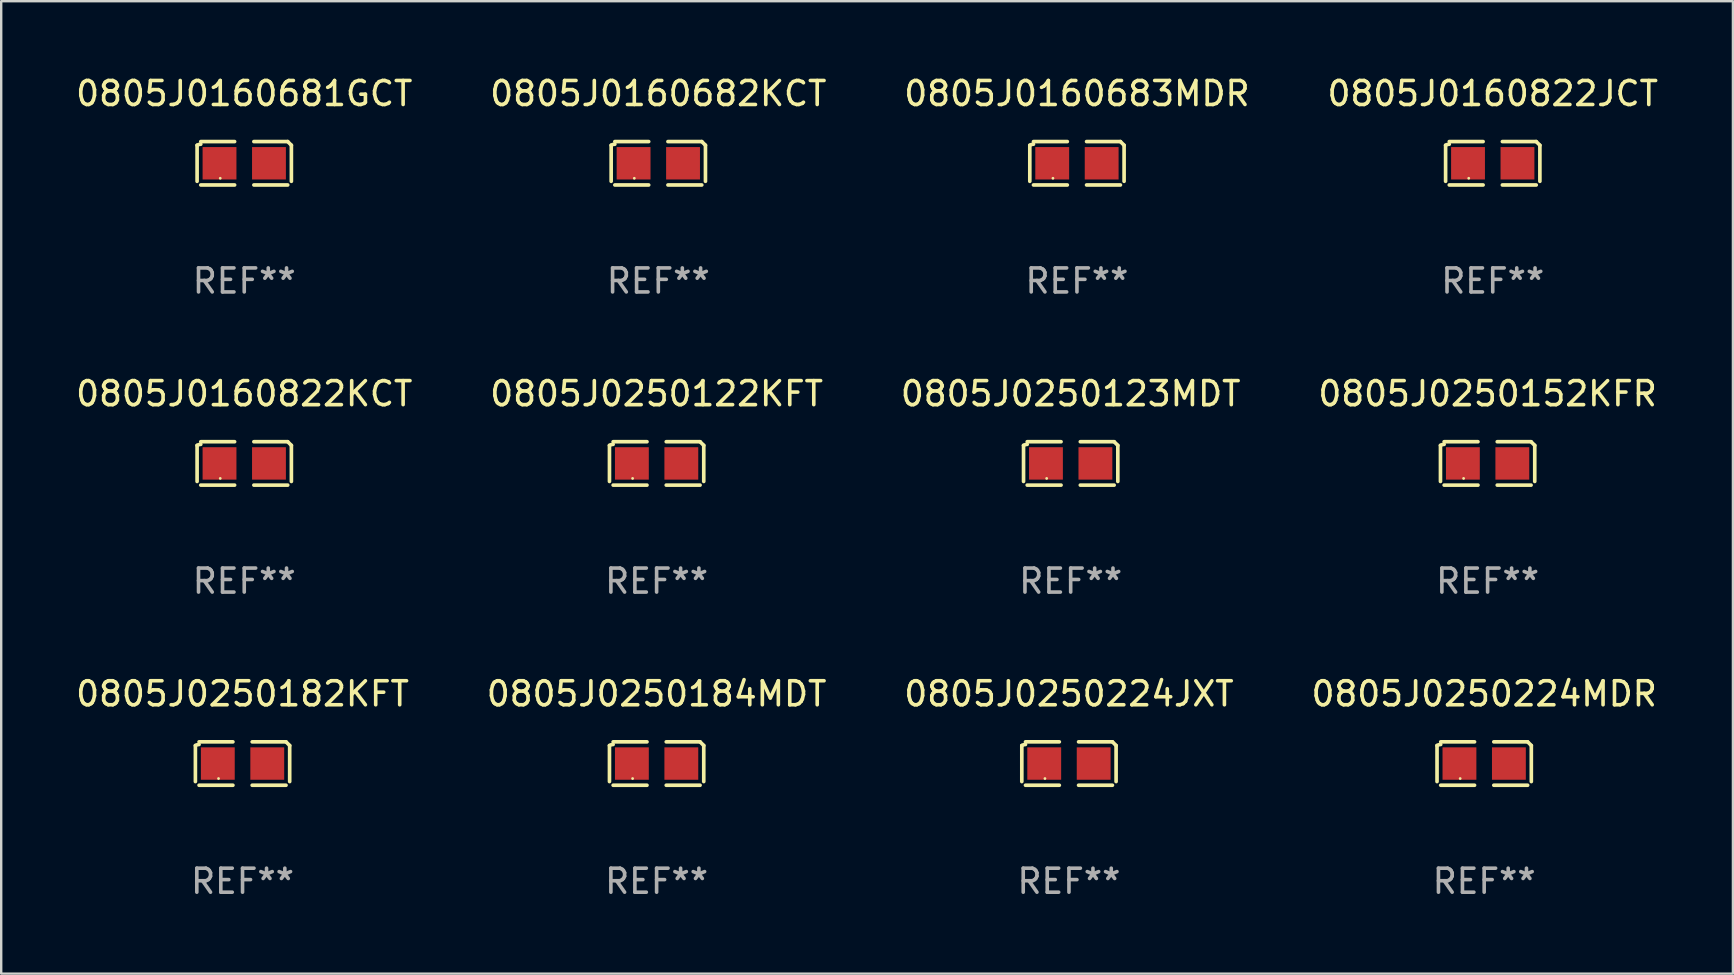
<source format=kicad_pcb>
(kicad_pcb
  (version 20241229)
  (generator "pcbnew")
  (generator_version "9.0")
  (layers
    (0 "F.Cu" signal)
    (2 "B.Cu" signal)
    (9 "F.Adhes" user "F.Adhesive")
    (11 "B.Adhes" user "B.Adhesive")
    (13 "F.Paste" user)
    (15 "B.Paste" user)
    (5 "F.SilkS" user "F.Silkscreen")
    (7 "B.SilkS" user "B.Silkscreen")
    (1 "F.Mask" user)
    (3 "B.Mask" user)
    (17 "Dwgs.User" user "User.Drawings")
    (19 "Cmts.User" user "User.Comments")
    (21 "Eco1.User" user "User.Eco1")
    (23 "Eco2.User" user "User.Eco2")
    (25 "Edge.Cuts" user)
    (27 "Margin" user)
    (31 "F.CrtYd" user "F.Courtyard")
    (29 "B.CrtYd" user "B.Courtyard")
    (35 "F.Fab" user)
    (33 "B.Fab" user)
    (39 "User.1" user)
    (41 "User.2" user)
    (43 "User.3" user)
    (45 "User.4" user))
  (footprint "0805J0250184MDT"
    (layer "F.Cu")
    (at 24.304 28.759)
    (property "Reference" "0805J0250184MDT" (at 0 -2.904 0) (layer "F.SilkS") (effects (font (size 1 1) (thickness 0.15))))
    (attr through_hole)
    (fp_line (start -1.964 0.751) (end -1.964 -0.751) (stroke (width 0.152) (type solid)) (layer "F.SilkS"))
    (fp_line (start -1.811 -0.904) (end -0.401 -0.904) (stroke (width 0.152) (type solid)) (layer "F.SilkS"))
    (fp_line (start -0.401 0.904) (end -1.811 0.904) (stroke (width 0.152) (type solid)) (layer "F.SilkS"))
    (fp_line (start 0.401 0.904) (end 1.811 0.904) (stroke (width 0.152) (type solid)) (layer "F.SilkS"))
    (fp_line (start 1.811 -0.904) (end 0.401 -0.904) (stroke (width 0.152) (type solid)) (layer "F.SilkS"))
    (fp_line (start 1.964 0.751) (end 1.964 -0.751) (stroke (width 0.152) (type solid)) (layer "F.SilkS"))
    (fp_arc (start -1.963602 -0.751207) (mid -1.890354 -0.783131) (end -1.811201 -0.794044) (stroke (width 0.1524) (type solid)) (layer "F.SilkS"))
    (fp_arc (start 1.811202 -0.903607) (mid 1.887413 -0.827418) (end 1.963602 -0.751207) (stroke (width 0.1524) (type solid)) (layer "F.SilkS"))
    (fp_circle (center -1 0.625) (end -0.97 0.625) (stroke (width 0.06) (type solid)) (fill no) (layer "F.SilkS"))
    (fp_text user "REF**" (at 0 4.904 0) (layer "F.Fab") (effects (font (size 1 1) (thickness 0.15))))
    (pad "1" smd rect (at -1.03 0) (size 1.41 1.35) (layers "F.Cu" "F.Mask" "F.Paste"))
    (pad "2" smd rect (at 1.03 0) (size 1.41 1.35) (layers "F.Cu" "F.Mask" "F.Paste")))
  (footprint "0805J0160683MDR"
    (layer "F.Cu")
    (at 41.815 3.752)
    (property "Reference" "0805J0160683MDR" (at 0 -2.904 0) (layer "F.SilkS") (effects (font (size 1 1) (thickness 0.15))))
    (attr through_hole)
    (fp_line (start -1.964 0.751) (end -1.964 -0.751) (stroke (width 0.152) (type solid)) (layer "F.SilkS"))
    (fp_line (start -1.811 -0.904) (end -0.401 -0.904) (stroke (width 0.152) (type solid)) (layer "F.SilkS"))
    (fp_line (start -0.401 0.904) (end -1.811 0.904) (stroke (width 0.152) (type solid)) (layer "F.SilkS"))
    (fp_line (start 0.401 0.904) (end 1.811 0.904) (stroke (width 0.152) (type solid)) (layer "F.SilkS"))
    (fp_line (start 1.811 -0.904) (end 0.401 -0.904) (stroke (width 0.152) (type solid)) (layer "F.SilkS"))
    (fp_line (start 1.964 0.751) (end 1.964 -0.751) (stroke (width 0.152) (type solid)) (layer "F.SilkS"))
    (fp_arc (start -1.963602 -0.751207) (mid -1.890354 -0.783131) (end -1.811201 -0.794044) (stroke (width 0.1524) (type solid)) (layer "F.SilkS"))
    (fp_arc (start 1.811202 -0.903607) (mid 1.887413 -0.827418) (end 1.963602 -0.751207) (stroke (width 0.1524) (type solid)) (layer "F.SilkS"))
    (fp_circle (center -1 0.625) (end -0.97 0.625) (stroke (width 0.06) (type solid)) (fill no) (layer "F.SilkS"))
    (fp_text user "REF**" (at 0 4.904 0) (layer "F.Fab") (effects (font (size 1 1) (thickness 0.15))))
    (pad "1" smd rect (at -1.03 0) (size 1.41 1.35) (layers "F.Cu" "F.Mask" "F.Paste"))
    (pad "2" smd rect (at 1.03 0) (size 1.41 1.35) (layers "F.Cu" "F.Mask" "F.Paste")))
  (footprint "0805J0250224MDR"
    (layer "F.Cu")
    (at 58.78 28.759)
    (property "Reference" "0805J0250224MDR" (at 0 -2.904 0) (layer "F.SilkS") (effects (font (size 1 1) (thickness 0.15))))
    (attr through_hole)
    (fp_line (start -1.964 0.751) (end -1.964 -0.751) (stroke (width 0.152) (type solid)) (layer "F.SilkS"))
    (fp_line (start -1.811 -0.904) (end -0.401 -0.904) (stroke (width 0.152) (type solid)) (layer "F.SilkS"))
    (fp_line (start -0.401 0.904) (end -1.811 0.904) (stroke (width 0.152) (type solid)) (layer "F.SilkS"))
    (fp_line (start 0.401 0.904) (end 1.811 0.904) (stroke (width 0.152) (type solid)) (layer "F.SilkS"))
    (fp_line (start 1.811 -0.904) (end 0.401 -0.904) (stroke (width 0.152) (type solid)) (layer "F.SilkS"))
    (fp_line (start 1.964 0.751) (end 1.964 -0.751) (stroke (width 0.152) (type solid)) (layer "F.SilkS"))
    (fp_arc (start -1.963602 -0.751207) (mid -1.890354 -0.783131) (end -1.811201 -0.794044) (stroke (width 0.1524) (type solid)) (layer "F.SilkS"))
    (fp_arc (start 1.811202 -0.903607) (mid 1.887413 -0.827418) (end 1.963602 -0.751207) (stroke (width 0.1524) (type solid)) (layer "F.SilkS"))
    (fp_circle (center -1 0.625) (end -0.97 0.625) (stroke (width 0.06) (type solid)) (fill no) (layer "F.SilkS"))
    (fp_text user "REF**" (at 0 4.904 0) (layer "F.Fab") (effects (font (size 1 1) (thickness 0.15))))
    (pad "1" smd rect (at -1.03 0) (size 1.41 1.35) (layers "F.Cu" "F.Mask" "F.Paste"))
    (pad "2" smd rect (at 1.03 0) (size 1.41 1.35) (layers "F.Cu" "F.Mask" "F.Paste")))
  (footprint "0805J0160822JCT"
    (layer "F.Cu")
    (at 59.137 3.752)
    (property "Reference" "0805J0160822JCT" (at 0 -2.904 0) (layer "F.SilkS") (effects (font (size 1 1) (thickness 0.15))))
    (attr through_hole)
    (fp_line (start -1.964 0.751) (end -1.964 -0.751) (stroke (width 0.152) (type solid)) (layer "F.SilkS"))
    (fp_line (start -1.811 -0.904) (end -0.401 -0.904) (stroke (width 0.152) (type solid)) (layer "F.SilkS"))
    (fp_line (start -0.401 0.904) (end -1.811 0.904) (stroke (width 0.152) (type solid)) (layer "F.SilkS"))
    (fp_line (start 0.401 0.904) (end 1.811 0.904) (stroke (width 0.152) (type solid)) (layer "F.SilkS"))
    (fp_line (start 1.811 -0.904) (end 0.401 -0.904) (stroke (width 0.152) (type solid)) (layer "F.SilkS"))
    (fp_line (start 1.964 0.751) (end 1.964 -0.751) (stroke (width 0.152) (type solid)) (layer "F.SilkS"))
    (fp_arc (start -1.963602 -0.751207) (mid -1.890354 -0.783131) (end -1.811201 -0.794044) (stroke (width 0.1524) (type solid)) (layer "F.SilkS"))
    (fp_arc (start 1.811202 -0.903607) (mid 1.887413 -0.827418) (end 1.963602 -0.751207) (stroke (width 0.1524) (type solid)) (layer "F.SilkS"))
    (fp_circle (center -1 0.625) (end -0.97 0.625) (stroke (width 0.06) (type solid)) (fill no) (layer "F.SilkS"))
    (fp_text user "REF**" (at 0 4.904 0) (layer "F.Fab") (effects (font (size 1 1) (thickness 0.15))))
    (pad "1" smd rect (at -1.03 0) (size 1.41 1.35) (layers "F.Cu" "F.Mask" "F.Paste"))
    (pad "2" smd rect (at 1.03 0) (size 1.41 1.35) (layers "F.Cu" "F.Mask" "F.Paste")))
  (footprint "0805J0250224JXT"
    (layer "F.Cu")
    (at 41.482 28.759)
    (property "Reference" "0805J0250224JXT" (at 0 -2.904 0) (layer "F.SilkS") (effects (font (size 1 1) (thickness 0.15))))
    (attr through_hole)
    (fp_line (start -1.964 0.751) (end -1.964 -0.751) (stroke (width 0.152) (type solid)) (layer "F.SilkS"))
    (fp_line (start -1.811 -0.904) (end -0.401 -0.904) (stroke (width 0.152) (type solid)) (layer "F.SilkS"))
    (fp_line (start -0.401 0.904) (end -1.811 0.904) (stroke (width 0.152) (type solid)) (layer "F.SilkS"))
    (fp_line (start 0.401 0.904) (end 1.811 0.904) (stroke (width 0.152) (type solid)) (layer "F.SilkS"))
    (fp_line (start 1.811 -0.904) (end 0.401 -0.904) (stroke (width 0.152) (type solid)) (layer "F.SilkS"))
    (fp_line (start 1.964 0.751) (end 1.964 -0.751) (stroke (width 0.152) (type solid)) (layer "F.SilkS"))
    (fp_arc (start -1.963602 -0.751207) (mid -1.890354 -0.783131) (end -1.811201 -0.794044) (stroke (width 0.1524) (type solid)) (layer "F.SilkS"))
    (fp_arc (start 1.811202 -0.903607) (mid 1.887413 -0.827418) (end 1.963602 -0.751207) (stroke (width 0.1524) (type solid)) (layer "F.SilkS"))
    (fp_circle (center -1 0.625) (end -0.97 0.625) (stroke (width 0.06) (type solid)) (fill no) (layer "F.SilkS"))
    (fp_text user "REF**" (at 0 4.904 0) (layer "F.Fab") (effects (font (size 1 1) (thickness 0.15))))
    (pad "1" smd rect (at -1.03 0) (size 1.41 1.35) (layers "F.Cu" "F.Mask" "F.Paste"))
    (pad "2" smd rect (at 1.03 0) (size 1.41 1.35) (layers "F.Cu" "F.Mask" "F.Paste")))
  (footprint "0805J0250152KFR"
    (layer "F.Cu")
    (at 58.923 16.256)
    (property "Reference" "0805J0250152KFR" (at 0 -2.904 0) (layer "F.SilkS") (effects (font (size 1 1) (thickness 0.15))))
    (attr through_hole)
    (fp_line (start -1.964 0.751) (end -1.964 -0.751) (stroke (width 0.152) (type solid)) (layer "F.SilkS"))
    (fp_line (start -1.811 -0.904) (end -0.401 -0.904) (stroke (width 0.152) (type solid)) (layer "F.SilkS"))
    (fp_line (start -0.401 0.904) (end -1.811 0.904) (stroke (width 0.152) (type solid)) (layer "F.SilkS"))
    (fp_line (start 0.401 0.904) (end 1.811 0.904) (stroke (width 0.152) (type solid)) (layer "F.SilkS"))
    (fp_line (start 1.811 -0.904) (end 0.401 -0.904) (stroke (width 0.152) (type solid)) (layer "F.SilkS"))
    (fp_line (start 1.964 0.751) (end 1.964 -0.751) (stroke (width 0.152) (type solid)) (layer "F.SilkS"))
    (fp_arc (start -1.963602 -0.751207) (mid -1.890354 -0.783131) (end -1.811201 -0.794044) (stroke (width 0.1524) (type solid)) (layer "F.SilkS"))
    (fp_arc (start 1.811202 -0.903607) (mid 1.887413 -0.827418) (end 1.963602 -0.751207) (stroke (width 0.1524) (type solid)) (layer "F.SilkS"))
    (fp_circle (center -1 0.625) (end -0.97 0.625) (stroke (width 0.06) (type solid)) (fill no) (layer "F.SilkS"))
    (fp_text user "REF**" (at 0 4.904 0) (layer "F.Fab") (effects (font (size 1 1) (thickness 0.15))))
    (pad "1" smd rect (at -1.03 0) (size 1.41 1.35) (layers "F.Cu" "F.Mask" "F.Paste"))
    (pad "2" smd rect (at 1.03 0) (size 1.41 1.35) (layers "F.Cu" "F.Mask" "F.Paste")))
  (footprint "0805J0250123MDT"
    (layer "F.Cu")
    (at 41.554 16.256)
    (property "Reference" "0805J0250123MDT" (at 0 -2.904 0) (layer "F.SilkS") (effects (font (size 1 1) (thickness 0.15))))
    (attr through_hole)
    (fp_line (start -1.964 0.751) (end -1.964 -0.751) (stroke (width 0.152) (type solid)) (layer "F.SilkS"))
    (fp_line (start -1.811 -0.904) (end -0.401 -0.904) (stroke (width 0.152) (type solid)) (layer "F.SilkS"))
    (fp_line (start -0.401 0.904) (end -1.811 0.904) (stroke (width 0.152) (type solid)) (layer "F.SilkS"))
    (fp_line (start 0.401 0.904) (end 1.811 0.904) (stroke (width 0.152) (type solid)) (layer "F.SilkS"))
    (fp_line (start 1.811 -0.904) (end 0.401 -0.904) (stroke (width 0.152) (type solid)) (layer "F.SilkS"))
    (fp_line (start 1.964 0.751) (end 1.964 -0.751) (stroke (width 0.152) (type solid)) (layer "F.SilkS"))
    (fp_arc (start -1.963602 -0.751207) (mid -1.890354 -0.783131) (end -1.811201 -0.794044) (stroke (width 0.1524) (type solid)) (layer "F.SilkS"))
    (fp_arc (start 1.811202 -0.903607) (mid 1.887413 -0.827418) (end 1.963602 -0.751207) (stroke (width 0.1524) (type solid)) (layer "F.SilkS"))
    (fp_circle (center -1 0.625) (end -0.97 0.625) (stroke (width 0.06) (type solid)) (fill no) (layer "F.SilkS"))
    (fp_text user "REF**" (at 0 4.904 0) (layer "F.Fab") (effects (font (size 1 1) (thickness 0.15))))
    (pad "1" smd rect (at -1.03 0) (size 1.41 1.35) (layers "F.Cu" "F.Mask" "F.Paste"))
    (pad "2" smd rect (at 1.03 0) (size 1.41 1.35) (layers "F.Cu" "F.Mask" "F.Paste")))
  (footprint "0805J0160822KCT"
    (layer "F.Cu")
    (at 7.125 16.256)
    (property "Reference" "0805J0160822KCT" (at 0 -2.904 0) (layer "F.SilkS") (effects (font (size 1 1) (thickness 0.15))))
    (attr through_hole)
    (fp_line (start -1.964 0.751) (end -1.964 -0.751) (stroke (width 0.152) (type solid)) (layer "F.SilkS"))
    (fp_line (start -1.811 -0.904) (end -0.401 -0.904) (stroke (width 0.152) (type solid)) (layer "F.SilkS"))
    (fp_line (start -0.401 0.904) (end -1.811 0.904) (stroke (width 0.152) (type solid)) (layer "F.SilkS"))
    (fp_line (start 0.401 0.904) (end 1.811 0.904) (stroke (width 0.152) (type solid)) (layer "F.SilkS"))
    (fp_line (start 1.811 -0.904) (end 0.401 -0.904) (stroke (width 0.152) (type solid)) (layer "F.SilkS"))
    (fp_line (start 1.964 0.751) (end 1.964 -0.751) (stroke (width 0.152) (type solid)) (layer "F.SilkS"))
    (fp_arc (start -1.963602 -0.751207) (mid -1.890354 -0.783131) (end -1.811201 -0.794044) (stroke (width 0.1524) (type solid)) (layer "F.SilkS"))
    (fp_arc (start 1.811202 -0.903607) (mid 1.887413 -0.827418) (end 1.963602 -0.751207) (stroke (width 0.1524) (type solid)) (layer "F.SilkS"))
    (fp_circle (center -1 0.625) (end -0.97 0.625) (stroke (width 0.06) (type solid)) (fill no) (layer "F.SilkS"))
    (fp_text user "REF**" (at 0 4.904 0) (layer "F.Fab") (effects (font (size 1 1) (thickness 0.15))))
    (pad "1" smd rect (at -1.03 0) (size 1.41 1.35) (layers "F.Cu" "F.Mask" "F.Paste"))
    (pad "2" smd rect (at 1.03 0) (size 1.41 1.35) (layers "F.Cu" "F.Mask" "F.Paste")))
  (footprint "0805J0250182KFT"
    (layer "F.Cu")
    (at 7.054 28.759)
    (property "Reference" "0805J0250182KFT" (at 0 -2.904 0) (layer "F.SilkS") (effects (font (size 1 1) (thickness 0.15))))
    (attr through_hole)
    (fp_line (start -1.964 0.751) (end -1.964 -0.751) (stroke (width 0.152) (type solid)) (layer "F.SilkS"))
    (fp_line (start -1.811 -0.904) (end -0.401 -0.904) (stroke (width 0.152) (type solid)) (layer "F.SilkS"))
    (fp_line (start -0.401 0.904) (end -1.811 0.904) (stroke (width 0.152) (type solid)) (layer "F.SilkS"))
    (fp_line (start 0.401 0.904) (end 1.811 0.904) (stroke (width 0.152) (type solid)) (layer "F.SilkS"))
    (fp_line (start 1.811 -0.904) (end 0.401 -0.904) (stroke (width 0.152) (type solid)) (layer "F.SilkS"))
    (fp_line (start 1.964 0.751) (end 1.964 -0.751) (stroke (width 0.152) (type solid)) (layer "F.SilkS"))
    (fp_arc (start -1.963602 -0.751207) (mid -1.890354 -0.783131) (end -1.811201 -0.794044) (stroke (width 0.1524) (type solid)) (layer "F.SilkS"))
    (fp_arc (start 1.811202 -0.903607) (mid 1.887413 -0.827418) (end 1.963602 -0.751207) (stroke (width 0.1524) (type solid)) (layer "F.SilkS"))
    (fp_circle (center -1 0.625) (end -0.97 0.625) (stroke (width 0.06) (type solid)) (fill no) (layer "F.SilkS"))
    (fp_text user "REF**" (at 0 4.904 0) (layer "F.Fab") (effects (font (size 1 1) (thickness 0.15))))
    (pad "1" smd rect (at -1.03 0) (size 1.41 1.35) (layers "F.Cu" "F.Mask" "F.Paste"))
    (pad "2" smd rect (at 1.03 0) (size 1.41 1.35) (layers "F.Cu" "F.Mask" "F.Paste")))
  (footprint "0805J0250122KFT"
    (layer "F.Cu")
    (at 24.304 16.256)
    (property "Reference" "0805J0250122KFT" (at 0 -2.904 0) (layer "F.SilkS") (effects (font (size 1 1) (thickness 0.15))))
    (attr through_hole)
    (fp_line (start -1.964 0.751) (end -1.964 -0.751) (stroke (width 0.152) (type solid)) (layer "F.SilkS"))
    (fp_line (start -1.811 -0.904) (end -0.401 -0.904) (stroke (width 0.152) (type solid)) (layer "F.SilkS"))
    (fp_line (start -0.401 0.904) (end -1.811 0.904) (stroke (width 0.152) (type solid)) (layer "F.SilkS"))
    (fp_line (start 0.401 0.904) (end 1.811 0.904) (stroke (width 0.152) (type solid)) (layer "F.SilkS"))
    (fp_line (start 1.811 -0.904) (end 0.401 -0.904) (stroke (width 0.152) (type solid)) (layer "F.SilkS"))
    (fp_line (start 1.964 0.751) (end 1.964 -0.751) (stroke (width 0.152) (type solid)) (layer "F.SilkS"))
    (fp_arc (start -1.963602 -0.751207) (mid -1.890354 -0.783131) (end -1.811201 -0.794044) (stroke (width 0.1524) (type solid)) (layer "F.SilkS"))
    (fp_arc (start 1.811202 -0.903607) (mid 1.887413 -0.827418) (end 1.963602 -0.751207) (stroke (width 0.1524) (type solid)) (layer "F.SilkS"))
    (fp_circle (center -1 0.625) (end -0.97 0.625) (stroke (width 0.06) (type solid)) (fill no) (layer "F.SilkS"))
    (fp_text user "REF**" (at 0 4.904 0) (layer "F.Fab") (effects (font (size 1 1) (thickness 0.15))))
    (pad "1" smd rect (at -1.03 0) (size 1.41 1.35) (layers "F.Cu" "F.Mask" "F.Paste"))
    (pad "2" smd rect (at 1.03 0) (size 1.41 1.35) (layers "F.Cu" "F.Mask" "F.Paste")))
  (footprint "0805J0160681GCT"
    (layer "F.Cu")
    (at 7.125 3.752)
    (property "Reference" "0805J0160681GCT" (at 0 -2.904 0) (layer "F.SilkS") (effects (font (size 1 1) (thickness 0.15))))
    (attr through_hole)
    (fp_line (start -1.964 0.751) (end -1.964 -0.751) (stroke (width 0.152) (type solid)) (layer "F.SilkS"))
    (fp_line (start -1.811 -0.904) (end -0.401 -0.904) (stroke (width 0.152) (type solid)) (layer "F.SilkS"))
    (fp_line (start -0.401 0.904) (end -1.811 0.904) (stroke (width 0.152) (type solid)) (layer "F.SilkS"))
    (fp_line (start 0.401 0.904) (end 1.811 0.904) (stroke (width 0.152) (type solid)) (layer "F.SilkS"))
    (fp_line (start 1.811 -0.904) (end 0.401 -0.904) (stroke (width 0.152) (type solid)) (layer "F.SilkS"))
    (fp_line (start 1.964 0.751) (end 1.964 -0.751) (stroke (width 0.152) (type solid)) (layer "F.SilkS"))
    (fp_arc (start -1.963602 -0.751207) (mid -1.890354 -0.783131) (end -1.811201 -0.794044) (stroke (width 0.1524) (type solid)) (layer "F.SilkS"))
    (fp_arc (start 1.811202 -0.903607) (mid 1.887413 -0.827418) (end 1.963602 -0.751207) (stroke (width 0.1524) (type solid)) (layer "F.SilkS"))
    (fp_circle (center -1 0.625) (end -0.97 0.625) (stroke (width 0.06) (type solid)) (fill no) (layer "F.SilkS"))
    (fp_text user "REF**" (at 0 4.904 0) (layer "F.Fab") (effects (font (size 1 1) (thickness 0.15))))
    (pad "1" smd rect (at -1.03 0) (size 1.41 1.35) (layers "F.Cu" "F.Mask" "F.Paste"))
    (pad "2" smd rect (at 1.03 0) (size 1.41 1.35) (layers "F.Cu" "F.Mask" "F.Paste")))
  (footprint "0805J0160682KCT"
    (layer "F.Cu")
    (at 24.375 3.752)
    (property "Reference" "0805J0160682KCT" (at 0 -2.904 0) (layer "F.SilkS") (effects (font (size 1 1) (thickness 0.15))))
    (attr through_hole)
    (fp_line (start -1.964 0.751) (end -1.964 -0.751) (stroke (width 0.152) (type solid)) (layer "F.SilkS"))
    (fp_line (start -1.811 -0.904) (end -0.401 -0.904) (stroke (width 0.152) (type solid)) (layer "F.SilkS"))
    (fp_line (start -0.401 0.904) (end -1.811 0.904) (stroke (width 0.152) (type solid)) (layer "F.SilkS"))
    (fp_line (start 0.401 0.904) (end 1.811 0.904) (stroke (width 0.152) (type solid)) (layer "F.SilkS"))
    (fp_line (start 1.811 -0.904) (end 0.401 -0.904) (stroke (width 0.152) (type solid)) (layer "F.SilkS"))
    (fp_line (start 1.964 0.751) (end 1.964 -0.751) (stroke (width 0.152) (type solid)) (layer "F.SilkS"))
    (fp_arc (start -1.963602 -0.751207) (mid -1.890354 -0.783131) (end -1.811201 -0.794044) (stroke (width 0.1524) (type solid)) (layer "F.SilkS"))
    (fp_arc (start 1.811202 -0.903607) (mid 1.887413 -0.827418) (end 1.963602 -0.751207) (stroke (width 0.1524) (type solid)) (layer "F.SilkS"))
    (fp_circle (center -1 0.625) (end -0.97 0.625) (stroke (width 0.06) (type solid)) (fill no) (layer "F.SilkS"))
    (fp_text user "REF**" (at 0 4.904 0) (layer "F.Fab") (effects (font (size 1 1) (thickness 0.15))))
    (pad "1" smd rect (at -1.03 0) (size 1.41 1.35) (layers "F.Cu" "F.Mask" "F.Paste"))
    (pad "2" smd rect (at 1.03 0) (size 1.41 1.35) (layers "F.Cu" "F.Mask" "F.Paste")))
  (gr_rect
    (start -3 -3)
    (end 69.143 37.511)
    (stroke (width 0.1) (type default))
    (fill no)
    (layer "Edge.Cuts")))
</source>
